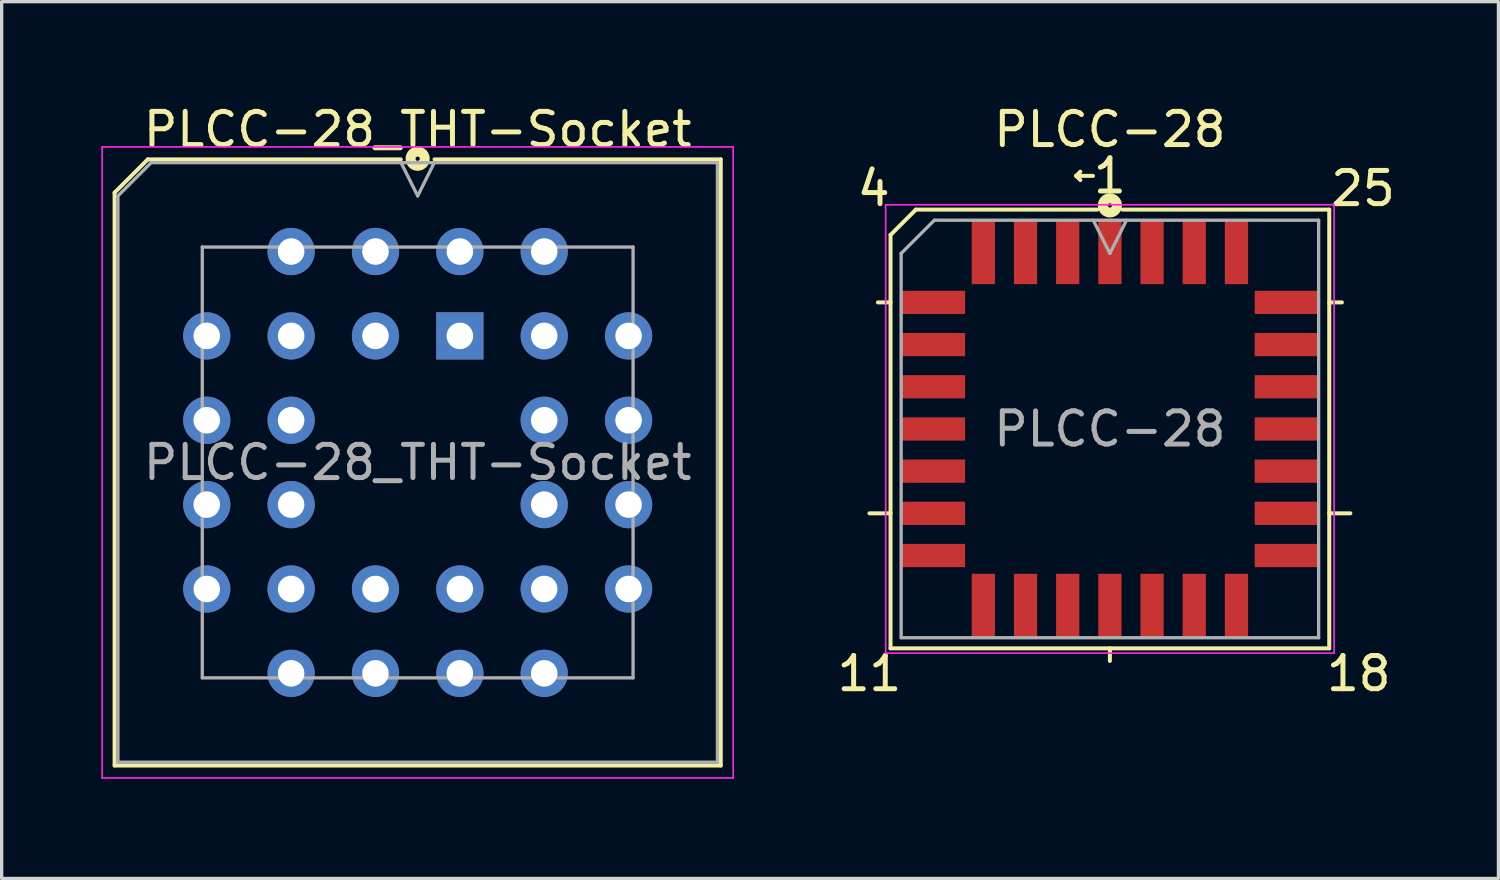
<source format=kicad_pcb>
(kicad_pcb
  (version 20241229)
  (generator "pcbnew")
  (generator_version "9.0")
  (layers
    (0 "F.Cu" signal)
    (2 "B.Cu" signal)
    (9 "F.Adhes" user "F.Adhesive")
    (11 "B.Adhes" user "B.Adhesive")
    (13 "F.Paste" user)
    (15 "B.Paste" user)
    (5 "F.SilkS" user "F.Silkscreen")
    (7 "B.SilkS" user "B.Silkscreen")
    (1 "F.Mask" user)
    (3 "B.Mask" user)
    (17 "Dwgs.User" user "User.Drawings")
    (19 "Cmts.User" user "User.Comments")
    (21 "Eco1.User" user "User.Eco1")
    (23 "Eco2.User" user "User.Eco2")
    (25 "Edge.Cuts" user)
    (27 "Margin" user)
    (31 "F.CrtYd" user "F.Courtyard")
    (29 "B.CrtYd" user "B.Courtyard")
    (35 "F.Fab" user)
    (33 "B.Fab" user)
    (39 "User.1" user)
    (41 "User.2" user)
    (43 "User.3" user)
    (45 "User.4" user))
  (footprint "PLCC-28"
    (layer "F.Cu")
    (at 30.366 9.865)
    (property "Reference" "PLCC-28" (at 0 -9.017 0) (layer "F.SilkS") (effects (font (size 1 1) (thickness 0.15))))
    (attr smd)
    (fp_line (start -6.604 -5.842) (end -6.604 6.604) (stroke (width 0.12) (type solid)) (layer "F.SilkS"))
    (fp_line (start -6.604 -3.81) (end -6.985 -3.81) (stroke (width 0.12) (type solid)) (layer "F.SilkS"))
    (fp_line (start -6.604 2.54) (end -7.239 2.54) (stroke (width 0.12) (type solid)) (layer "F.SilkS"))
    (fp_line (start -6.604 6.604) (end 6.604 6.604) (stroke (width 0.12) (type solid)) (layer "F.SilkS"))
    (fp_line (start -5.842 -6.604) (end -6.604 -5.842) (stroke (width 0.12) (type solid)) (layer "F.SilkS"))
    (fp_line (start -1.016 -7.62) (end -0.889 -7.747) (stroke (width 0.12) (type solid)) (layer "F.SilkS"))
    (fp_line (start -1.016 -7.62) (end -0.889 -7.493) (stroke (width 0.12) (type solid)) (layer "F.SilkS"))
    (fp_line (start -0.508 -7.62) (end -1.016 -7.62) (stroke (width 0.12) (type solid)) (layer "F.SilkS"))
    (fp_line (start -0.381 -6.604) (end -5.842 -6.604) (stroke (width 0.12) (type solid)) (layer "F.SilkS"))
    (fp_line (start 0 6.604) (end 0 6.985) (stroke (width 0.12) (type solid)) (layer "F.SilkS"))
    (fp_line (start 6.604 -6.604) (end 0.381 -6.604) (stroke (width 0.12) (type solid)) (layer "F.SilkS"))
    (fp_line (start 6.604 -3.81) (end 6.985 -3.81) (stroke (width 0.12) (type solid)) (layer "F.SilkS"))
    (fp_line (start 6.604 2.54) (end 7.239 2.54) (stroke (width 0.12) (type solid)) (layer "F.SilkS"))
    (fp_line (start 6.604 6.604) (end 6.604 -6.604) (stroke (width 0.12) (type solid)) (layer "F.SilkS"))
    (fp_circle (center 0 -6.731) (end 0.064 -6.731) (stroke (width 0.3) (type solid)) (fill no) (layer "F.SilkS"))
    (fp_line (start -6.75 -6.75) (end -6.75 6.75) (stroke (width 0.05) (type solid)) (layer "F.CrtYd"))
    (fp_line (start -6.75 6.75) (end 6.75 6.75) (stroke (width 0.05) (type solid)) (layer "F.CrtYd"))
    (fp_line (start 6.75 -6.75) (end -6.75 -6.75) (stroke (width 0.05) (type solid)) (layer "F.CrtYd"))
    (fp_line (start 6.75 6.75) (end 6.75 -6.75) (stroke (width 0.05) (type solid)) (layer "F.CrtYd"))
    (fp_line (start -6.285 -5.285) (end -6.285 6.285) (stroke (width 0.1) (type solid)) (layer "F.Fab"))
    (fp_line (start -6.285 6.285) (end 6.285 6.285) (stroke (width 0.1) (type solid)) (layer "F.Fab"))
    (fp_line (start -5.285 -6.285) (end -6.285 -5.285) (stroke (width 0.1) (type solid)) (layer "F.Fab"))
    (fp_line (start -0.5 -6.285) (end 0 -5.285) (stroke (width 0.1) (type solid)) (layer "F.Fab"))
    (fp_line (start 0 -5.285) (end 0.5 -6.285) (stroke (width 0.1) (type solid)) (layer "F.Fab"))
    (fp_line (start 6.285 -6.285) (end -5.285 -6.285) (stroke (width 0.1) (type solid)) (layer "F.Fab"))
    (fp_line (start 6.285 6.285) (end 6.285 -6.285) (stroke (width 0.1) (type solid)) (layer "F.Fab"))
    (fp_text user "11" (at -7.239 7.366 0) (unlocked yes) (layer "F.SilkS") (effects (font (size 1 1) (thickness 0.15))))
    (fp_text user "1" (at 0 -7.62 0) (unlocked yes) (layer "F.SilkS") (effects (font (size 1 1) (thickness 0.15))))
    (fp_text user "18" (at 7.493 7.366 0) (unlocked yes) (layer "F.SilkS") (effects (font (size 1 1) (thickness 0.15))))
    (fp_text user "4" (at -7.112 -7.239 0) (unlocked yes) (layer "F.SilkS") (effects (font (size 1 1) (thickness 0.15))))
    (fp_text user "25" (at 7.62 -7.239 0) (unlocked yes) (layer "F.SilkS") (effects (font (size 1 1) (thickness 0.15))))
    (fp_text user "${REFERENCE}" (at 0 0 0) (layer "F.Fab") (effects (font (size 1 1) (thickness 0.15))))
    (pad "1" smd rect (at 0 -5.322) (size 0.7 1.925) (layers "F.Cu" "F.Mask" "F.Paste"))
    (pad "2" smd rect (at -1.27 -5.322) (size 0.7 1.925) (layers "F.Cu" "F.Mask" "F.Paste"))
    (pad "3" smd rect (at -2.54 -5.322) (size 0.7 1.925) (layers "F.Cu" "F.Mask" "F.Paste"))
    (pad "4" smd rect (at -3.81 -5.322) (size 0.7 1.925) (layers "F.Cu" "F.Mask" "F.Paste"))
    (pad "5" smd rect (at -5.322 -3.81) (size 1.925 0.7) (layers "F.Cu" "F.Mask" "F.Paste"))
    (pad "6" smd rect (at -5.322 -2.54) (size 1.925 0.7) (layers "F.Cu" "F.Mask" "F.Paste"))
    (pad "7" smd rect (at -5.322 -1.27) (size 1.925 0.7) (layers "F.Cu" "F.Mask" "F.Paste"))
    (pad "8" smd rect (at -5.322 0) (size 1.925 0.7) (layers "F.Cu" "F.Mask" "F.Paste"))
    (pad "9" smd rect (at -5.322 1.27) (size 1.925 0.7) (layers "F.Cu" "F.Mask" "F.Paste"))
    (pad "10" smd rect (at -5.322 2.54) (size 1.925 0.7) (layers "F.Cu" "F.Mask" "F.Paste"))
    (pad "11" smd rect (at -5.322 3.81) (size 1.925 0.7) (layers "F.Cu" "F.Mask" "F.Paste"))
    (pad "12" smd rect (at -3.81 5.322) (size 0.7 1.925) (layers "F.Cu" "F.Mask" "F.Paste"))
    (pad "13" smd rect (at -2.54 5.322) (size 0.7 1.925) (layers "F.Cu" "F.Mask" "F.Paste"))
    (pad "14" smd rect (at -1.27 5.322) (size 0.7 1.925) (layers "F.Cu" "F.Mask" "F.Paste"))
    (pad "15" smd rect (at 0 5.322) (size 0.7 1.925) (layers "F.Cu" "F.Mask" "F.Paste"))
    (pad "16" smd rect (at 1.27 5.322) (size 0.7 1.925) (layers "F.Cu" "F.Mask" "F.Paste"))
    (pad "17" smd rect (at 2.54 5.322) (size 0.7 1.925) (layers "F.Cu" "F.Mask" "F.Paste"))
    (pad "18" smd rect (at 3.81 5.322) (size 0.7 1.925) (layers "F.Cu" "F.Mask" "F.Paste"))
    (pad "19" smd rect (at 5.322 3.81) (size 1.925 0.7) (layers "F.Cu" "F.Mask" "F.Paste"))
    (pad "20" smd rect (at 5.322 2.54) (size 1.925 0.7) (layers "F.Cu" "F.Mask" "F.Paste"))
    (pad "21" smd rect (at 5.322 1.27) (size 1.925 0.7) (layers "F.Cu" "F.Mask" "F.Paste"))
    (pad "22" smd rect (at 5.322 0) (size 1.925 0.7) (layers "F.Cu" "F.Mask" "F.Paste"))
    (pad "23" smd rect (at 5.322 -1.27) (size 1.925 0.7) (layers "F.Cu" "F.Mask" "F.Paste"))
    (pad "24" smd rect (at 5.322 -2.54) (size 1.925 0.7) (layers "F.Cu" "F.Mask" "F.Paste"))
    (pad "25" smd rect (at 5.322 -3.81) (size 1.925 0.7) (layers "F.Cu" "F.Mask" "F.Paste"))
    (pad "26" smd rect (at 3.81 -5.322) (size 0.7 1.925) (layers "F.Cu" "F.Mask" "F.Paste"))
    (pad "27" smd rect (at 2.54 -5.322) (size 0.7 1.925) (layers "F.Cu" "F.Mask" "F.Paste"))
    (pad "28" smd rect (at 1.27 -5.322) (size 0.7 1.925) (layers "F.Cu" "F.Mask" "F.Paste")))
  (footprint "PLCC-28_THT-Socket"
    (layer "F.Cu")
    (at 10.795 7.063)
    (property "Reference" "PLCC-28_THT-Socket" (at -1.27 -6.215 0) (layer "F.SilkS") (effects (font (size 1 1) (thickness 0.15))))
    (attr through_hole)
    (fp_line (start -10.395 -4.315) (end -10.395 12.935) (stroke (width 0.12) (type solid)) (layer "F.SilkS"))
    (fp_line (start -10.395 12.935) (end 7.855 12.935) (stroke (width 0.12) (type solid)) (layer "F.SilkS"))
    (fp_line (start -9.395 -5.315) (end -10.395 -4.315) (stroke (width 0.12) (type solid)) (layer "F.SilkS"))
    (fp_line (start -1.778 -5.315) (end -9.395 -5.315) (stroke (width 0.12) (type solid)) (layer "F.SilkS"))
    (fp_line (start 7.855 -5.315) (end -0.762 -5.315) (stroke (width 0.12) (type solid)) (layer "F.SilkS"))
    (fp_line (start 7.855 12.935) (end 7.855 -5.315) (stroke (width 0.12) (type solid)) (layer "F.SilkS"))
    (fp_circle (center -1.27 -5.334) (end -1.206 -5.334) (stroke (width 0.3) (type solid)) (fill no) (layer "F.SilkS"))
    (fp_line (start -10.77 -5.69) (end -10.77 13.31) (stroke (width 0.05) (type solid)) (layer "F.CrtYd"))
    (fp_line (start -10.77 13.31) (end 8.23 13.31) (stroke (width 0.05) (type solid)) (layer "F.CrtYd"))
    (fp_line (start 8.23 -5.69) (end -10.77 -5.69) (stroke (width 0.05) (type solid)) (layer "F.CrtYd"))
    (fp_line (start 8.23 13.31) (end 8.23 -5.69) (stroke (width 0.05) (type solid)) (layer "F.CrtYd"))
    (fp_line (start -10.295 -4.215) (end -10.295 12.835) (stroke (width 0.1) (type solid)) (layer "F.Fab"))
    (fp_line (start -10.295 12.835) (end 7.755 12.835) (stroke (width 0.1) (type solid)) (layer "F.Fab"))
    (fp_line (start -9.295 -5.215) (end -10.295 -4.215) (stroke (width 0.1) (type solid)) (layer "F.Fab"))
    (fp_line (start -7.755 -2.675) (end -7.755 10.295) (stroke (width 0.1) (type solid)) (layer "F.Fab"))
    (fp_line (start -7.755 10.295) (end 5.215 10.295) (stroke (width 0.1) (type solid)) (layer "F.Fab"))
    (fp_line (start -1.77 -5.215) (end -1.27 -4.215) (stroke (width 0.1) (type solid)) (layer "F.Fab"))
    (fp_line (start -1.27 -4.215) (end -0.77 -5.215) (stroke (width 0.1) (type solid)) (layer "F.Fab"))
    (fp_line (start 5.215 -2.675) (end -7.755 -2.675) (stroke (width 0.1) (type solid)) (layer "F.Fab"))
    (fp_line (start 5.215 10.295) (end 5.215 -2.675) (stroke (width 0.1) (type solid)) (layer "F.Fab"))
    (fp_line (start 7.755 -5.215) (end -9.295 -5.215) (stroke (width 0.1) (type solid)) (layer "F.Fab"))
    (fp_line (start 7.755 12.835) (end 7.755 -5.215) (stroke (width 0.1) (type solid)) (layer "F.Fab"))
    (fp_text user "${REFERENCE}" (at -1.27 3.81 0) (layer "F.Fab") (effects (font (size 1 1) (thickness 0.15))))
    (pad "1" thru_hole rect (at 0 0) (size 1.422 1.422) (drill 0.8) (layers "*.Cu" "*.Mask"))
    (pad "2" thru_hole circle (at -2.54 -2.54) (size 1.422 1.422) (drill 0.8) (layers "*.Cu" "*.Mask"))
    (pad "3" thru_hole circle (at -2.54 0) (size 1.422 1.422) (drill 0.8) (layers "*.Cu" "*.Mask"))
    (pad "4" thru_hole circle (at -5.08 -2.54) (size 1.422 1.422) (drill 0.8) (layers "*.Cu" "*.Mask"))
    (pad "5" thru_hole circle (at -7.62 0) (size 1.422 1.422) (drill 0.8) (layers "*.Cu" "*.Mask"))
    (pad "6" thru_hole circle (at -5.08 0) (size 1.422 1.422) (drill 0.8) (layers "*.Cu" "*.Mask"))
    (pad "7" thru_hole circle (at -7.62 2.54) (size 1.422 1.422) (drill 0.8) (layers "*.Cu" "*.Mask"))
    (pad "8" thru_hole circle (at -5.08 2.54) (size 1.422 1.422) (drill 0.8) (layers "*.Cu" "*.Mask"))
    (pad "9" thru_hole circle (at -7.62 5.08) (size 1.422 1.422) (drill 0.8) (layers "*.Cu" "*.Mask"))
    (pad "10" thru_hole circle (at -5.08 5.08) (size 1.422 1.422) (drill 0.8) (layers "*.Cu" "*.Mask"))
    (pad "11" thru_hole circle (at -7.62 7.62) (size 1.422 1.422) (drill 0.8) (layers "*.Cu" "*.Mask"))
    (pad "12" thru_hole circle (at -5.08 10.16) (size 1.422 1.422) (drill 0.8) (layers "*.Cu" "*.Mask"))
    (pad "13" thru_hole circle (at -5.08 7.62) (size 1.422 1.422) (drill 0.8) (layers "*.Cu" "*.Mask"))
    (pad "14" thru_hole circle (at -2.54 10.16) (size 1.422 1.422) (drill 0.8) (layers "*.Cu" "*.Mask"))
    (pad "15" thru_hole circle (at -2.54 7.62) (size 1.422 1.422) (drill 0.8) (layers "*.Cu" "*.Mask"))
    (pad "16" thru_hole circle (at 0 10.16) (size 1.422 1.422) (drill 0.8) (layers "*.Cu" "*.Mask"))
    (pad "17" thru_hole circle (at 0 7.62) (size 1.422 1.422) (drill 0.8) (layers "*.Cu" "*.Mask"))
    (pad "18" thru_hole circle (at 2.54 10.16) (size 1.422 1.422) (drill 0.8) (layers "*.Cu" "*.Mask"))
    (pad "19" thru_hole circle (at 5.08 7.62) (size 1.422 1.422) (drill 0.8) (layers "*.Cu" "*.Mask"))
    (pad "20" thru_hole circle (at 2.54 7.62) (size 1.422 1.422) (drill 0.8) (layers "*.Cu" "*.Mask"))
    (pad "21" thru_hole circle (at 5.08 5.08) (size 1.422 1.422) (drill 0.8) (layers "*.Cu" "*.Mask"))
    (pad "22" thru_hole circle (at 2.54 5.08) (size 1.422 1.422) (drill 0.8) (layers "*.Cu" "*.Mask"))
    (pad "23" thru_hole circle (at 5.08 2.54) (size 1.422 1.422) (drill 0.8) (layers "*.Cu" "*.Mask"))
    (pad "24" thru_hole circle (at 2.54 2.54) (size 1.422 1.422) (drill 0.8) (layers "*.Cu" "*.Mask"))
    (pad "25" thru_hole circle (at 5.08 0) (size 1.422 1.422) (drill 0.8) (layers "*.Cu" "*.Mask"))
    (pad "26" thru_hole circle (at 2.54 -2.54) (size 1.422 1.422) (drill 0.8) (layers "*.Cu" "*.Mask"))
    (pad "27" thru_hole circle (at 2.54 0) (size 1.422 1.422) (drill 0.8) (layers "*.Cu" "*.Mask"))
    (pad "28" thru_hole circle (at 0 -2.54) (size 1.422 1.422) (drill 0.8) (layers "*.Cu" "*.Mask")))
  (gr_rect
    (start -3 -3)
    (end 42.064 23.398)
    (stroke (width 0.1) (type default))
    (fill no)
    (layer "Edge.Cuts")))
</source>
